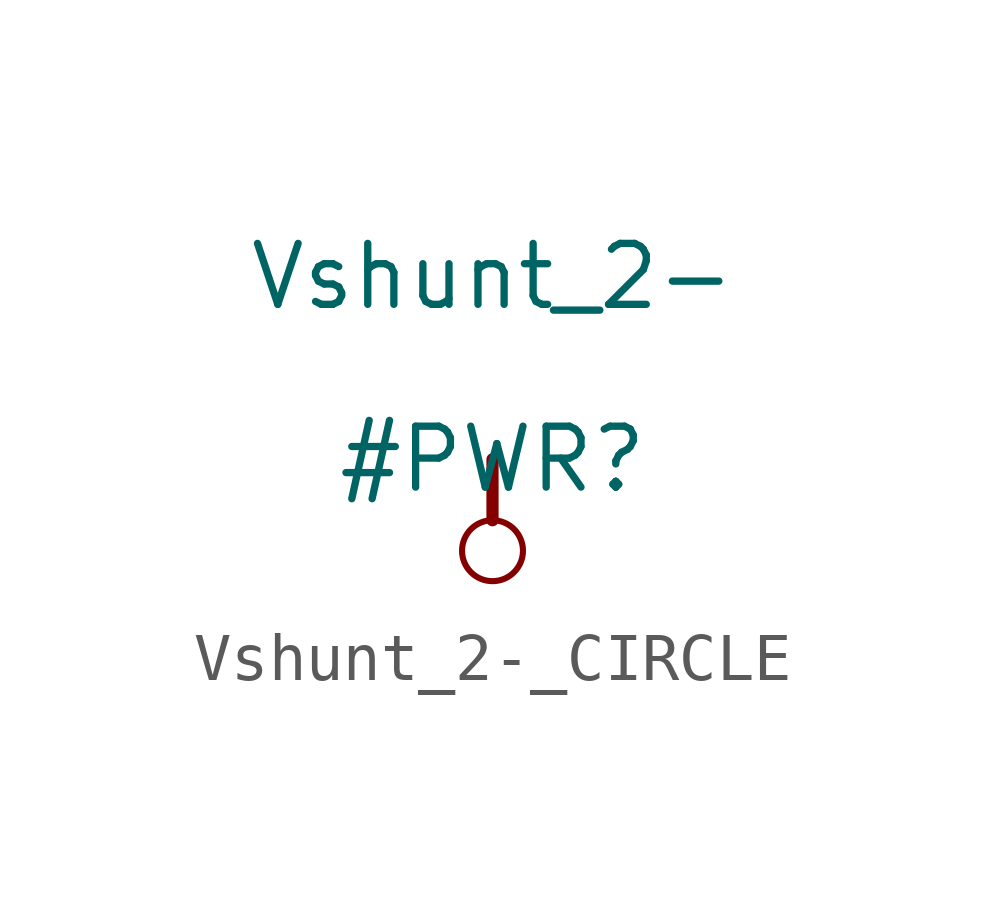
<source format=kicad_sym>
(kicad_symbol_lib
  (version 20231120)
  (generator "kicad_symbol_editor")
  (generator_version "8.0")
  (symbol "Vshunt_2-_CIRCLE"
    (power)
    (property "Reference" "#PWR"
      (at 0 0 0)
      (effects (font (size 1.27 1.27))))
    (property "Value" "Vshunt_2-"
      (at 0 3.81 0)
      (effects (font (size 1.27 1.27))))
    (symbol "Vshunt_2-_CIRCLE_0_0"
      (circle (center 0 -1.905) (radius 0.635) (stroke (width 0.127) (type solid)) (fill (type none)))
      (polyline (pts (xy 0 0) (xy 0 -1.27)) (stroke (width 0.254) (type solid)) (fill (type none)))
      (pin power_in line (at 0 0 0) (length 0) hide (name "Vshunt_2-" (effects (font (size 1.27 1.27)))) (number "" (effects (font (size 1.27 1.27))))))))
</source>
